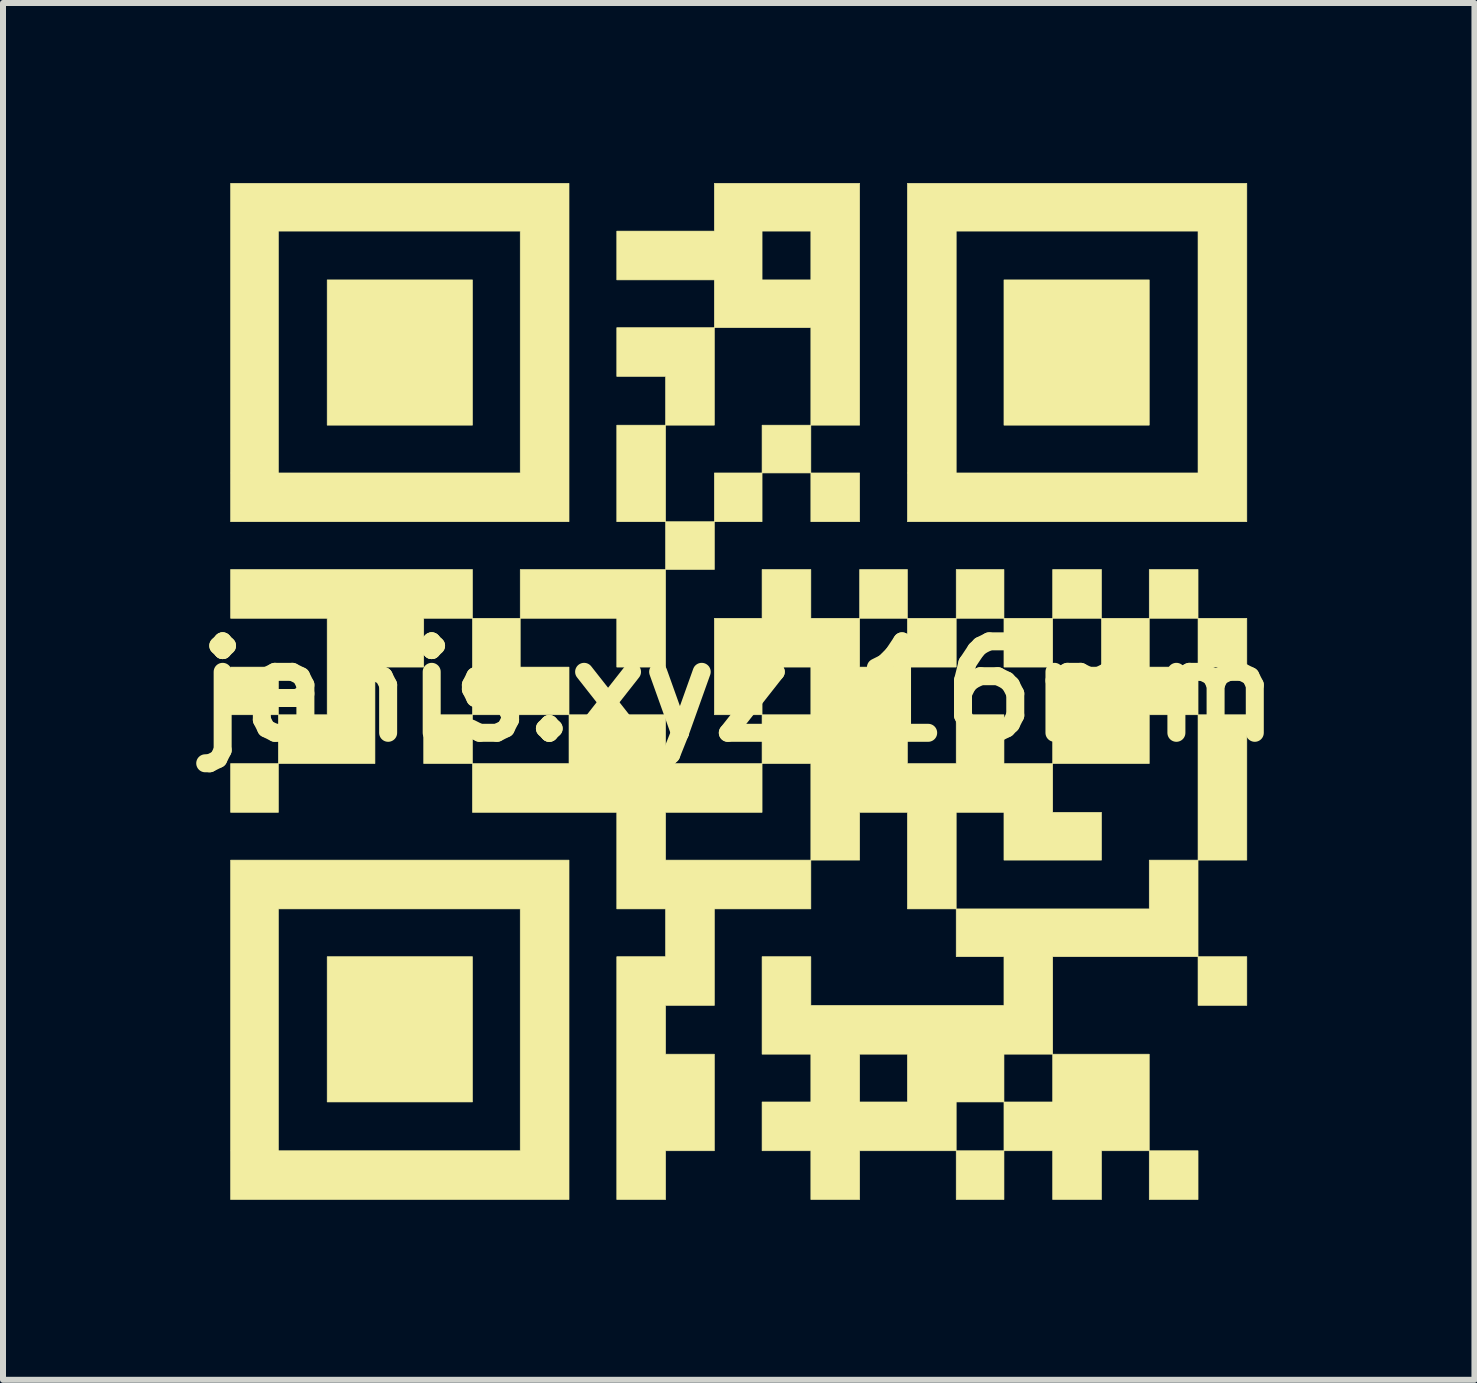
<source format=kicad_pcb>
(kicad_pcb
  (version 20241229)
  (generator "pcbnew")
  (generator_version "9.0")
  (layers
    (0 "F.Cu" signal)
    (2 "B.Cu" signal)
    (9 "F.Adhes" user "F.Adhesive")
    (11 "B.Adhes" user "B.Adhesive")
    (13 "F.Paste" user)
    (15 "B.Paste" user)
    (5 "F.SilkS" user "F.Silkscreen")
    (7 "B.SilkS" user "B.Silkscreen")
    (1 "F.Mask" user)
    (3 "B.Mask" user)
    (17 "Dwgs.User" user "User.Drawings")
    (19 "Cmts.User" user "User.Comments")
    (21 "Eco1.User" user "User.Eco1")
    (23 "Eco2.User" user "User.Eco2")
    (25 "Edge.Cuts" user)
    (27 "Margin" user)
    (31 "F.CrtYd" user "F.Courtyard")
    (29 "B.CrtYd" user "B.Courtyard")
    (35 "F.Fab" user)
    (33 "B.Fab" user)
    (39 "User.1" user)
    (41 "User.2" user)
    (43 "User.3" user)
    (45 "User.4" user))
  (footprint "janis.xyz_16mm"
    (layer "F.Cu")
    (at 9.26 8.472)
    (property "Reference" "janis.xyz_16mm" (at 0 0 0) (layer "F.SilkS") (effects (font (size 1.524 1.524) (thickness 0.3))))
    (attr through_hole)
    (fp_poly (pts (xy -8.467 0.389) (xy -8.467 -0.406) (xy -7.671 -0.406) (xy -7.671 0.389) (xy -8.467 0.389)) (stroke (width 0.01) (type solid)) (fill yes) (layer "F.SilkS"))
    (fp_poly (pts (xy -7.671 2.015) (xy -8.467 2.015) (xy -8.467 1.202) (xy -7.671 1.202) (xy -7.671 2.015)) (stroke (width 0.01) (type solid)) (fill yes) (layer "F.SilkS"))
    (fp_poly (pts (xy -5.249 1.202) (xy -5.249 0.389) (xy -4.437 0.389) (xy -4.437 1.202) (xy -5.249 1.202)) (stroke (width 0.01) (type solid)) (fill yes) (layer "F.SilkS"))
    (fp_poly (pts (xy -4.437 -4.437) (xy -6.858 -4.437) (xy -6.858 -6.858) (xy -4.437 -6.858) (xy -4.437 -4.437)) (stroke (width 0.01) (type solid)) (fill yes) (layer "F.SilkS"))
    (fp_poly (pts (xy -4.437 6.841) (xy -6.858 6.841) (xy -6.858 4.42) (xy -4.437 4.42) (xy -4.437 6.841)) (stroke (width 0.01) (type solid)) (fill yes) (layer "F.SilkS"))
    (fp_poly (pts (xy 2.015 -2.828) (xy 1.202 -2.828) (xy 1.202 -3.641) (xy 2.015 -3.641) (xy 2.015 -2.828)) (stroke (width 0.01) (type solid)) (fill yes) (layer "F.SilkS"))
    (fp_poly (pts (xy 4.42 8.467) (xy 3.624 8.467) (xy 3.624 7.654) (xy 4.42 7.654) (xy 4.42 8.467)) (stroke (width 0.01) (type solid)) (fill yes) (layer "F.SilkS"))
    (fp_poly (pts (xy 6.841 -4.437) (xy 4.42 -4.437) (xy 4.42 -6.858) (xy 6.841 -6.858) (xy 6.841 -4.437)) (stroke (width 0.01) (type solid)) (fill yes) (layer "F.SilkS"))
    (fp_poly (pts (xy 6.841 -2.032) (xy 7.654 -2.032) (xy 7.654 -1.219) (xy 6.841 -1.219) (xy 6.841 -2.032)) (stroke (width 0.01) (type solid)) (fill yes) (layer "F.SilkS"))
    (fp_poly (pts (xy 7.654 -1.219) (xy 8.467 -1.219) (xy 8.467 -0.406) (xy 7.654 -0.406) (xy 7.654 -1.219)) (stroke (width 0.01) (type solid)) (fill yes) (layer "F.SilkS"))
    (fp_poly (pts (xy 7.654 0.389) (xy 8.467 0.389) (xy 8.467 2.811) (xy 7.654 2.811) (xy 7.654 0.389)) (stroke (width 0.01) (type solid)) (fill yes) (layer "F.SilkS"))
    (fp_poly (pts (xy 7.654 8.467) (xy 6.841 8.467) (xy 6.841 7.654) (xy 7.654 7.654) (xy 7.654 8.467)) (stroke (width 0.01) (type solid)) (fill yes) (layer "F.SilkS"))
    (fp_poly (pts (xy 8.467 5.232) (xy 7.654 5.232) (xy 7.654 4.42) (xy 8.467 4.42) (xy 8.467 5.232)) (stroke (width 0.01) (type solid)) (fill yes) (layer "F.SilkS"))
    (fp_poly (pts (xy -4.437 -1.219) (xy -3.641 -1.219) (xy -3.641 -0.406) (xy -2.828 -0.406) (xy -2.828 0.389) (xy -4.437 0.389) (xy -4.437 -1.219)) (stroke (width 0.01) (type solid)) (fill yes) (layer "F.SilkS"))
    (fp_poly (pts (xy -3.641 -2.032) (xy -1.219 -2.032) (xy -1.219 -0.406) (xy -2.032 -0.406) (xy -2.032 -1.219) (xy -3.641 -1.219) (xy -3.641 -2.032)) (stroke (width 0.01) (type solid)) (fill yes) (layer "F.SilkS"))
    (fp_poly (pts (xy 4.42 6.841) (xy 5.232 6.841) (xy 5.232 6.045) (xy 6.841 6.045) (xy 6.841 7.654) (xy 6.045 7.654) (xy 6.045 8.467) (xy 5.232 8.467) (xy 5.232 7.654) (xy 4.42 7.654) (xy 4.42 6.841)) (stroke (width 0.01) (type solid)) (fill yes) (layer "F.SilkS"))
    (fp_poly (pts (xy -2.828 -2.828) (xy -8.467 -2.828) (xy -8.467 -7.671) (xy -7.671 -7.671) (xy -7.671 -3.641) (xy -3.641 -3.641) (xy -3.641 -7.671) (xy -7.671 -7.671) (xy -8.467 -7.671) (xy -8.467 -8.467) (xy -2.828 -8.467) (xy -2.828 -2.828)) (stroke (width 0.01) (type solid)) (fill yes) (layer "F.SilkS"))
    (fp_poly (pts (xy -2.828 8.467) (xy -8.467 8.467) (xy -8.467 3.624) (xy -7.671 3.624) (xy -7.671 7.654) (xy -3.641 7.654) (xy -3.641 3.624) (xy -7.671 3.624) (xy -8.467 3.624) (xy -8.467 2.811) (xy -2.828 2.811) (xy -2.828 8.467)) (stroke (width 0.01) (type solid)) (fill yes) (layer "F.SilkS"))
    (fp_poly (pts (xy 8.467 -2.828) (xy 2.811 -2.828) (xy 2.811 -7.671) (xy 3.624 -7.671) (xy 3.624 -3.641) (xy 7.654 -3.641) (xy 7.654 -7.671) (xy 3.624 -7.671) (xy 2.811 -7.671) (xy 2.811 -8.467) (xy 8.467 -8.467) (xy 8.467 -2.828)) (stroke (width 0.01) (type solid)) (fill yes) (layer "F.SilkS"))
    (fp_poly (pts (xy -7.671 0.389) (xy -6.858 0.389) (xy -6.858 -1.219) (xy -8.467 -1.219) (xy -8.467 -2.032) (xy -4.437 -2.032) (xy -4.437 -1.219) (xy -5.249 -1.219) (xy -5.249 -0.406) (xy -6.062 -0.406) (xy -6.062 1.202) (xy -7.671 1.202) (xy -7.671 0.389)) (stroke (width 0.01) (type solid)) (fill yes) (layer "F.SilkS"))
    (fp_poly (pts (xy 7.654 4.42) (xy 5.232 4.42) (xy 5.232 6.045) (xy 4.42 6.045) (xy 4.42 6.841) (xy 3.624 6.841) (xy 3.624 7.654) (xy 2.015 7.654) (xy 2.015 8.467) (xy 1.202 8.467) (xy 1.202 7.654) (xy 0.389 7.654) (xy 0.389 6.841) (xy 1.202 6.841) (xy 1.202 6.045) (xy 2.015 6.045) (xy 2.015 6.841) (xy 2.811 6.841) (xy 2.811 6.045) (xy 2.015 6.045) (xy 1.202 6.045) (xy 0.389 6.045) (xy 0.389 4.42) (xy 1.202 4.42) (xy 1.202 5.232) (xy 4.42 5.232) (xy 4.42 4.42) (xy 3.624 4.42) (xy 3.624 3.624) (xy 6.841 3.624) (xy 6.841 2.811) (xy 7.654 2.811) (xy 7.654 4.42)) (stroke (width 0.01) (type solid)) (fill yes) (layer "F.SilkS"))
    (fp_poly (pts (xy -1.219 -2.828) (xy -2.032 -2.828) (xy -2.032 -4.437) (xy -1.219 -4.437) (xy -1.219 -2.828) (xy -0.406 -2.828) (xy -0.406 -3.641) (xy 0.389 -3.641) (xy 0.389 -4.437) (xy 1.202 -4.437) (xy 1.202 -6.062) (xy -0.406 -6.062) (xy -0.406 -4.437) (xy -1.219 -4.437) (xy -1.219 -5.249) (xy -2.032 -5.249) (xy -2.032 -6.062) (xy -0.406 -6.062) (xy -0.406 -6.858) (xy -2.032 -6.858) (xy -2.032 -7.671) (xy -0.406 -7.671) (xy 0.389 -7.671) (xy 0.389 -6.858) (xy 1.202 -6.858) (xy 1.202 -7.671) (xy 0.389 -7.671) (xy -0.406 -7.671) (xy -0.406 -8.467) (xy 2.015 -8.467) (xy 2.015 -4.437) (xy 1.202 -4.437) (xy 1.202 -3.641) (xy 0.389 -3.641) (xy 0.389 -2.828) (xy -0.406 -2.828) (xy -0.406 -2.032) (xy -1.219 -2.032) (xy -1.219 -2.828)) (stroke (width 0.01) (type solid)) (fill yes) (layer "F.SilkS"))
    (fp_poly (pts (xy 6.841 -0.406) (xy 7.654 -0.406) (xy 7.654 0.389) (xy 6.841 0.389) (xy 6.841 1.202) (xy 5.232 1.202) (xy 5.232 2.015) (xy 6.045 2.015) (xy 6.045 2.811) (xy 4.42 2.811) (xy 4.42 2.015) (xy 3.624 2.015) (xy 3.624 3.624) (xy 2.811 3.624) (xy 2.811 2.015) (xy 2.015 2.015) (xy 2.015 2.811) (xy 1.202 2.811) (xy 1.202 3.624) (xy -0.406 3.624) (xy -0.406 5.232) (xy -1.219 5.232) (xy -1.219 6.045) (xy -0.406 6.045) (xy -0.406 7.654) (xy -1.219 7.654) (xy -1.219 8.467) (xy -2.032 8.467) (xy -2.032 4.42) (xy -1.219 4.42) (xy -1.219 3.624) (xy -2.032 3.624) (xy -2.032 2.015) (xy -1.219 2.015) (xy -1.219 2.811) (xy 1.202 2.811) (xy 1.202 1.202) (xy 0.389 1.202) (xy 0.389 2.015) (xy -1.219 2.015) (xy -2.032 2.015) (xy -4.437 2.015) (xy -4.437 1.202) (xy -2.828 1.202) (xy -2.828 0.389) (xy -1.219 0.389) (xy -1.219 1.202) (xy 0.389 1.202) (xy 0.389 0.389) (xy -0.406 0.389) (xy -0.406 -0.406) (xy 0.389 -0.406) (xy 0.389 0.389) (xy 1.202 0.389) (xy 1.202 -0.406) (xy 0.389 -0.406) (xy -0.406 -0.406) (xy -0.406 -1.219) (xy 0.389 -1.219) (xy 0.389 -2.032) (xy 1.202 -2.032) (xy 1.202 -1.219) (xy 2.015 -1.219) (xy 2.015 -0.406) (xy 2.811 -0.406) (xy 2.811 1.202) (xy 3.624 1.202) (xy 3.624 0.389) (xy 4.42 0.389) (xy 4.42 1.202) (xy 5.232 1.202) (xy 5.232 -0.406) (xy 4.42 -0.406) (xy 4.42 -1.219) (xy 3.624 -1.219) (xy 3.624 -0.406) (xy 2.811 -0.406) (xy 2.811 -1.219) (xy 2.015 -1.219) (xy 2.015 -2.032) (xy 2.811 -2.032) (xy 2.811 -1.219) (xy 3.624 -1.219) (xy 3.624 -2.032) (xy 4.42 -2.032) (xy 4.42 -1.219) (xy 5.232 -1.219) (xy 5.232 -0.406) (xy 6.045 -0.406) (xy 6.045 -1.219) (xy 5.232 -1.219) (xy 5.232 -2.032) (xy 6.045 -2.032) (xy 6.045 -1.219) (xy 6.841 -1.219) (xy 6.841 -0.406)) (stroke (width 0.01) (type solid)) (fill yes) (layer "F.SilkS")))
  (gr_rect
    (start -3 -3)
    (end 21.52 19.943)
    (stroke (width 0.1) (type default))
    (fill no)
    (layer "Edge.Cuts")))
</source>
